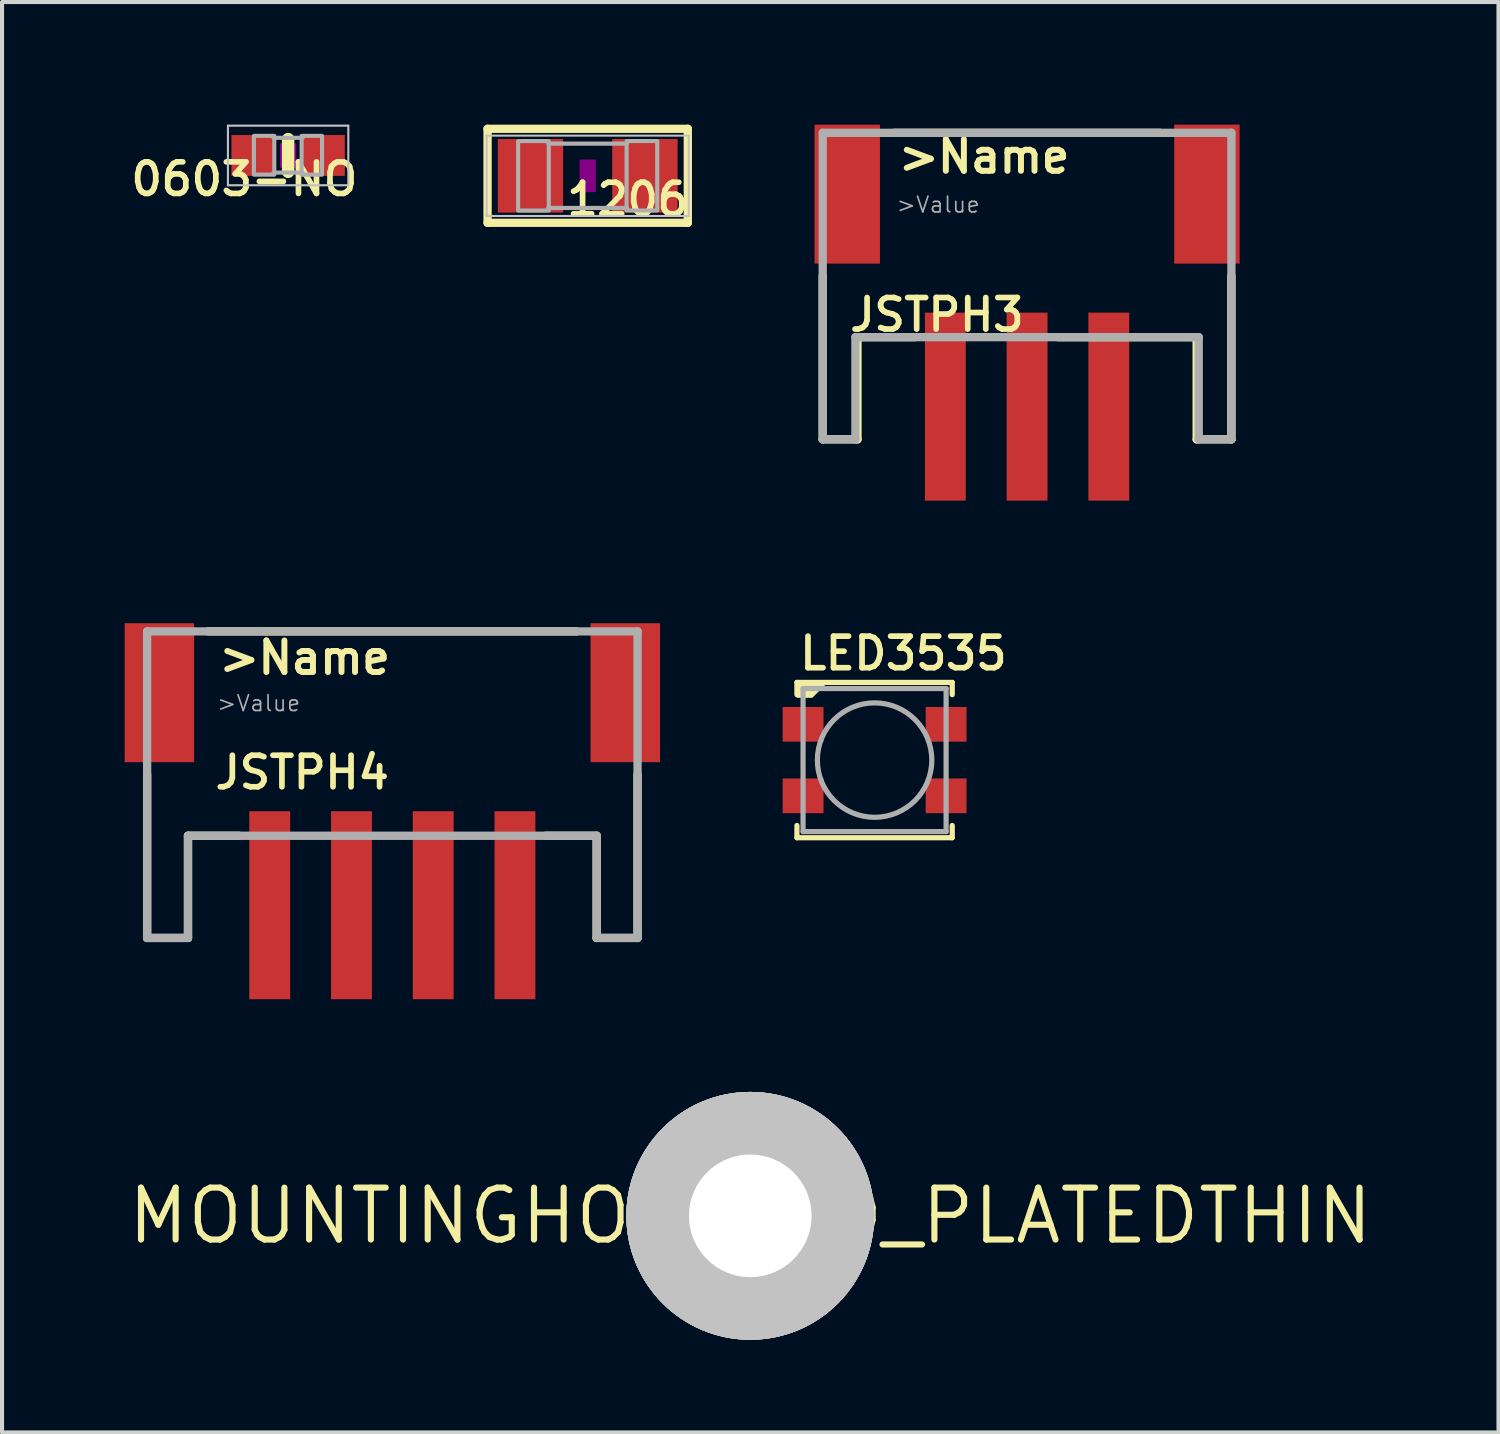
<source format=kicad_pcb>
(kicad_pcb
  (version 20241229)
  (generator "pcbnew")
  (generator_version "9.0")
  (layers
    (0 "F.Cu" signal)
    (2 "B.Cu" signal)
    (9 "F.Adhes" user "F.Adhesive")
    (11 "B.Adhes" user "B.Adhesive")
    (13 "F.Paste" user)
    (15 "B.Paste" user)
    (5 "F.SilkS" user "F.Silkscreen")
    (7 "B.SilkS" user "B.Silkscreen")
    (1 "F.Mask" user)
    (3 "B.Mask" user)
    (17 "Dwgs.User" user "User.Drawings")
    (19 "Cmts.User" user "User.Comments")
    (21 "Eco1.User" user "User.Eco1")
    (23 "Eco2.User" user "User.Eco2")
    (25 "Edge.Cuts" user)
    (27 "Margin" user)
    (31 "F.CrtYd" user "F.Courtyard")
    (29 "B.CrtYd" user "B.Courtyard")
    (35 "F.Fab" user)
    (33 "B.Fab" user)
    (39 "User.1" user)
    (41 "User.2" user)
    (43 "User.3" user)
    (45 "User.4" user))
  (footprint "JSTPH4"
    (layer "F.Cu")
    (at 6.55 15.4)
    (property "Reference" "JSTPH4" (at 0 0 180) (layer "F.SilkS") (effects (font (size 0.772 0.772) (thickness 0.139)) (justify right top)))
    (attr through_hole)
    (fp_line (start -6 0.5) (end -6 4.5) (stroke (width 0.203) (type solid)) (layer "F.SilkS"))
    (fp_line (start -6 4.5) (end -5 4.5) (stroke (width 0.203) (type solid)) (layer "F.SilkS"))
    (fp_line (start -5 2) (end -3.75 2) (stroke (width 0.203) (type solid)) (layer "F.SilkS"))
    (fp_line (start -5 4.5) (end -5 2) (stroke (width 0.203) (type solid)) (layer "F.SilkS"))
    (fp_line (start -4.5 -3) (end 4.5 -3) (stroke (width 0.203) (type solid)) (layer "F.SilkS"))
    (fp_line (start 3.75 2) (end 5 2) (stroke (width 0.203) (type solid)) (layer "F.SilkS"))
    (fp_line (start 5 2) (end 5 4.5) (stroke (width 0.203) (type solid)) (layer "F.SilkS"))
    (fp_line (start 5 4.5) (end 6 4.5) (stroke (width 0.203) (type solid)) (layer "F.SilkS"))
    (fp_line (start 6 4.5) (end 6 0.5) (stroke (width 0.203) (type solid)) (layer "F.SilkS"))
    (fp_line (start -6 -3) (end 6 -3) (stroke (width 0.203) (type solid)) (layer "F.Fab"))
    (fp_line (start -6 4.5) (end -6 -3) (stroke (width 0.203) (type solid)) (layer "F.Fab"))
    (fp_line (start -5 2) (end -5 4.5) (stroke (width 0.203) (type solid)) (layer "F.Fab"))
    (fp_line (start -5 4.5) (end -6 4.5) (stroke (width 0.203) (type solid)) (layer "F.Fab"))
    (fp_line (start 5 2) (end -5 2) (stroke (width 0.203) (type solid)) (layer "F.Fab"))
    (fp_line (start 5 4.5) (end 5 2) (stroke (width 0.203) (type solid)) (layer "F.Fab"))
    (fp_line (start 6 -3) (end 6 4.5) (stroke (width 0.203) (type solid)) (layer "F.Fab"))
    (fp_line (start 6 4.5) (end 5 4.5) (stroke (width 0.203) (type solid)) (layer "F.Fab"))
    (fp_text user ">Name" (at -4.318 -1.905 0) (layer "F.SilkS") (effects (font (size 0.772 0.772) (thickness 0.146)) (justify left bottom)))
    (fp_text user ">Value" (at -4.318 -1.016 0) (layer "F.Fab") (effects (font (size 0.386 0.386) (thickness 0.041)) (justify left bottom)))
    (pad "1" smd rect (at -3 3.7) (size 1 4.6) (layers "F.Cu" "F.Mask" "F.Paste"))
    (pad "2" smd rect (at -1 3.7) (size 1 4.6) (layers "F.Cu" "F.Mask" "F.Paste"))
    (pad "3" smd rect (at 1 3.7) (size 1 4.6) (layers "F.Cu" "F.Mask" "F.Paste"))
    (pad "4" smd rect (at 3 3.7) (size 1 4.6) (layers "F.Cu" "F.Mask" "F.Paste"))
    (pad "NC1" smd rect (at -5.7 -1.5 90) (size 3.4 1.7) (layers "F.Cu" "F.Mask" "F.Paste"))
    (pad "NC2" smd rect (at 5.7 -1.5 90) (size 3.4 1.7) (layers "F.Cu" "F.Mask" "F.Paste")))
  (footprint "MOUNTINGHOLE_3.0_PLATEDTHIN"
    (layer "F.Cu")
    (at 15.308 26.7)
    (property "Reference" "MOUNTINGHOLE_3.0_PLATEDTHIN" (at 0 0 0) (layer "F.SilkS") (effects (font (size 1.27 1.27) (thickness 0.15))))
    (attr through_hole)
    (fp_circle (center 0 0) (end 2.2 0) (stroke (width 0.2) (type solid)) (fill no) (layer "F.SilkS"))
    (fp_circle (center 0 0) (end 1 0) (stroke (width 2.032) (type solid)) (fill no) (layer "Dwgs.User"))
    (fp_circle (center 0 0) (end 1 0) (stroke (width 2.032) (type solid)) (fill no) (layer "Dwgs.User"))
    (fp_circle (center 0 0) (end 1 0) (stroke (width 2.032) (type solid)) (fill no) (layer "Dwgs.User"))
    (fp_circle (center 0 0) (end 1 0) (stroke (width 2.032) (type solid)) (fill no) (layer "Dwgs.User"))
    (fp_circle (center 0 0) (end 1 0) (stroke (width 2.032) (type solid)) (fill no) (layer "Dwgs.User"))
    (pad "P$1" thru_hole circle (at 0 0) (size 3.6 3.6) (drill 3) (layers "*.Cu" "*.Mask")))
  (footprint "JSTPH3"
    (layer "F.Cu")
    (at 22.081 4.2)
    (property "Reference" "JSTPH3" (at 0 0 180) (layer "F.SilkS") (effects (font (size 0.772 0.772) (thickness 0.139)) (justify right top)))
    (attr through_hole)
    (fp_line (start -5 3.5) (end -5 -0.5) (stroke (width 0.203) (type solid)) (layer "F.SilkS"))
    (fp_line (start -4.15 1) (end -4.15 3.5) (stroke (width 0.203) (type solid)) (layer "F.SilkS"))
    (fp_line (start -4.15 3.5) (end -5 3.5) (stroke (width 0.203) (type solid)) (layer "F.SilkS"))
    (fp_line (start -3.25 -4) (end 3.25 -4) (stroke (width 0.203) (type solid)) (layer "F.SilkS"))
    (fp_line (start -2.75 1) (end -4.15 1) (stroke (width 0.203) (type solid)) (layer "F.SilkS"))
    (fp_line (start 4.15 1) (end 0.75 1) (stroke (width 0.203) (type solid)) (layer "F.SilkS"))
    (fp_line (start 4.15 3.5) (end 4.15 1) (stroke (width 0.203) (type solid)) (layer "F.SilkS"))
    (fp_line (start 5 -0.5) (end 5 3.5) (stroke (width 0.203) (type solid)) (layer "F.SilkS"))
    (fp_line (start 5 3.5) (end 4.15 3.5) (stroke (width 0.203) (type solid)) (layer "F.SilkS"))
    (fp_line (start -5 -4) (end 5 -4) (stroke (width 0.203) (type solid)) (layer "F.Fab"))
    (fp_line (start -5 3.5) (end -5 -4) (stroke (width 0.203) (type solid)) (layer "F.Fab"))
    (fp_line (start -4.2 1) (end -4.2 3.5) (stroke (width 0.203) (type solid)) (layer "F.Fab"))
    (fp_line (start -4.2 3.5) (end -5 3.5) (stroke (width 0.203) (type solid)) (layer "F.Fab"))
    (fp_line (start 4.2 1) (end -4.2 1) (stroke (width 0.203) (type solid)) (layer "F.Fab"))
    (fp_line (start 4.2 3.5) (end 4.2 1) (stroke (width 0.203) (type solid)) (layer "F.Fab"))
    (fp_line (start 5 -4) (end 5 3.5) (stroke (width 0.203) (type solid)) (layer "F.Fab"))
    (fp_line (start 5 3.5) (end 4.2 3.5) (stroke (width 0.203) (type solid)) (layer "F.Fab"))
    (fp_text user ">Name" (at -3.223 -2.969 0) (layer "F.SilkS") (effects (font (size 0.772 0.772) (thickness 0.146)) (justify left bottom)))
    (fp_text user ">Value" (at -3.223 -2.016 0) (layer "F.Fab") (effects (font (size 0.386 0.386) (thickness 0.041)) (justify left bottom)))
    (pad "1" smd rect (at -2 2.7) (size 1 4.6) (layers "F.Cu" "F.Mask" "F.Paste"))
    (pad "2" smd rect (at 0 2.7) (size 1 4.6) (layers "F.Cu" "F.Mask" "F.Paste"))
    (pad "3" smd rect (at 2 2.7) (size 1 4.6) (layers "F.Cu" "F.Mask" "F.Paste"))
    (pad "NC1" smd rect (at -4.4 -2.5 90) (size 3.4 1.6) (layers "F.Cu" "F.Mask" "F.Paste"))
    (pad "NC2" smd rect (at 4.4 -2.5 90) (size 3.4 1.6) (layers "F.Cu" "F.Mask" "F.Paste")))
  (footprint "0603-NO"
    (layer "F.Cu")
    (at 4 0.754)
    (property "Reference" "0603-NO" (at 1.778 0.127 180) (layer "F.SilkS") (effects (font (size 0.772 0.772) (thickness 0.139)) (justify right top)))
    (attr through_hole)
    (fp_line (start 0 -0.4) (end 0 0.4) (stroke (width 0.305) (type solid)) (layer "F.SilkS"))
    (fp_poly (pts (xy -0.2 0.3) (xy 0.2 0.3) (xy 0.2 -0.3) (xy -0.2 -0.3)) (stroke (width 0) (type solid)) (fill yes) (layer "F.Adhes"))
    (fp_line (start -1.473 -0.729) (end 1.473 -0.729) (stroke (width 0.051) (type solid)) (layer "Dwgs.User"))
    (fp_line (start -1.473 0.729) (end -1.473 -0.729) (stroke (width 0.051) (type solid)) (layer "Dwgs.User"))
    (fp_line (start 1.473 -0.729) (end 1.473 0.729) (stroke (width 0.051) (type solid)) (layer "Dwgs.User"))
    (fp_line (start 1.473 0.729) (end -1.473 0.729) (stroke (width 0.051) (type solid)) (layer "Dwgs.User"))
    (fp_line (start -0.356 -0.432) (end 0.356 -0.432) (stroke (width 0.102) (type solid)) (layer "F.Fab"))
    (fp_line (start -0.356 0.419) (end 0.356 0.419) (stroke (width 0.102) (type solid)) (layer "F.Fab"))
    (fp_poly (pts (xy -0.838 0.47) (xy -0.338 0.47) (xy -0.338 -0.48) (xy -0.838 -0.48)) (stroke (width 0.1) (type solid)) (fill no) (layer "F.Fab"))
    (fp_poly (pts (xy 0.33 0.47) (xy 0.83 0.47) (xy 0.83 -0.48) (xy 0.33 -0.48)) (stroke (width 0.1) (type solid)) (fill no) (layer "F.Fab"))
    (pad "1" smd rect (at -0.85 0) (size 1.075 1) (layers "F.Cu" "F.Mask" "F.Paste"))
    (pad "2" smd rect (at 0.85 0) (size 1.075 1) (layers "F.Cu" "F.Mask" "F.Paste")))
  (footprint "1206"
    (layer "F.Cu")
    (at 11.33 1.252)
    (property "Reference" "1206" (at 2.54 0.127 180) (layer "F.SilkS") (effects (font (size 0.772 0.772) (thickness 0.139)) (justify right top)))
    (attr through_hole)
    (fp_line (start -2.45 -1.15) (end 2.45 -1.15) (stroke (width 0.203) (type solid)) (layer "F.SilkS"))
    (fp_line (start -2.45 1.15) (end -2.45 -1.15) (stroke (width 0.203) (type solid)) (layer "F.SilkS"))
    (fp_line (start 2.45 -1.15) (end 2.45 1.15) (stroke (width 0.203) (type solid)) (layer "F.SilkS"))
    (fp_line (start 2.45 1.15) (end -2.45 1.15) (stroke (width 0.203) (type solid)) (layer "F.SilkS"))
    (fp_poly (pts (xy -0.2 0.4) (xy 0.2 0.4) (xy 0.2 -0.4) (xy -0.2 -0.4)) (stroke (width 0) (type solid)) (fill yes) (layer "F.Adhes"))
    (fp_line (start -2.473 -0.983) (end 2.473 -0.983) (stroke (width 0.051) (type solid)) (layer "Dwgs.User"))
    (fp_line (start -2.473 0.983) (end -2.473 -0.983) (stroke (width 0.051) (type solid)) (layer "Dwgs.User"))
    (fp_line (start 2.473 -0.983) (end 2.473 0.983) (stroke (width 0.051) (type solid)) (layer "Dwgs.User"))
    (fp_line (start 2.473 0.983) (end -2.473 0.983) (stroke (width 0.051) (type solid)) (layer "Dwgs.User"))
    (fp_line (start -0.965 -0.787) (end 0.965 -0.787) (stroke (width 0.102) (type solid)) (layer "F.Fab"))
    (fp_line (start -0.965 0.787) (end 0.965 0.787) (stroke (width 0.102) (type solid)) (layer "F.Fab"))
    (fp_poly (pts (xy -1.702 0.851) (xy -0.952 0.851) (xy -0.952 -0.849) (xy -1.702 -0.849)) (stroke (width 0.1) (type solid)) (fill no) (layer "F.Fab"))
    (fp_poly (pts (xy 0.952 0.849) (xy 1.702 0.849) (xy 1.702 -0.851) (xy 0.952 -0.851)) (stroke (width 0.1) (type solid)) (fill no) (layer "F.Fab"))
    (pad "1" smd rect (at -1.4 0) (size 1.6 1.8) (layers "F.Cu" "F.Mask" "F.Paste"))
    (pad "2" smd rect (at 1.4 0) (size 1.6 1.8) (layers "F.Cu" "F.Mask" "F.Paste")))
  (footprint "LED3535"
    (layer "F.Cu")
    (at 18.35 15.548)
    (property "Reference" "LED3535" (at -1.905 -2.159 0) (layer "F.SilkS") (effects (font (size 0.772 0.772) (thickness 0.139)) (justify left bottom)))
    (attr through_hole)
    (fp_line (start -1.9 -1.9) (end 1.9 -1.9) (stroke (width 0.127) (type solid)) (layer "F.SilkS"))
    (fp_line (start -1.9 -1.6) (end -1.9 -1.9) (stroke (width 0.127) (type solid)) (layer "F.SilkS"))
    (fp_line (start -1.9 1.6) (end -1.9 1.9) (stroke (width 0.127) (type solid)) (layer "F.SilkS"))
    (fp_line (start -1.9 1.9) (end 1.9 1.9) (stroke (width 0.127) (type solid)) (layer "F.SilkS"))
    (fp_line (start 1.9 -1.9) (end 1.9 -1.6) (stroke (width 0.127) (type solid)) (layer "F.SilkS"))
    (fp_line (start 1.9 1.9) (end 1.9 1.6) (stroke (width 0.127) (type solid)) (layer "F.SilkS"))
    (fp_poly (pts (xy -1.905 -1.905) (xy -1.905 -1.524) (xy -1.524 -1.524) (xy -1.143 -1.905)) (stroke (width 0) (type solid)) (fill yes) (layer "F.SilkS"))
    (fp_line (start -1.75 -1.75) (end 1.75 -1.75) (stroke (width 0.127) (type solid)) (layer "F.Fab"))
    (fp_line (start -1.75 1.75) (end -1.75 -1.75) (stroke (width 0.127) (type solid)) (layer "F.Fab"))
    (fp_line (start 1.75 -1.75) (end 1.75 1.75) (stroke (width 0.127) (type solid)) (layer "F.Fab"))
    (fp_line (start 1.75 1.75) (end -1.75 1.75) (stroke (width 0.127) (type solid)) (layer "F.Fab"))
    (fp_circle (center 0 0) (end 1.4 0) (stroke (width 0.127) (type solid)) (fill no) (layer "F.Fab"))
    (pad "1" smd rect (at -1.75 -0.875 90) (size 0.85 1) (layers "F.Cu" "F.Mask" "F.Paste"))
    (pad "2" smd rect (at -1.75 0.875 90) (size 0.85 1) (layers "F.Cu" "F.Mask" "F.Paste"))
    (pad "3" smd rect (at 1.75 0.875 90) (size 0.85 1) (layers "F.Cu" "F.Mask" "F.Paste"))
    (pad "4" smd rect (at 1.75 -0.875 90) (size 0.85 1) (layers "F.Cu" "F.Mask" "F.Paste")))
  (gr_rect
    (start -3 -3)
    (end 33.616 32)
    (stroke (width 0.1) (type default))
    (fill no)
    (layer "Edge.Cuts")))
</source>
